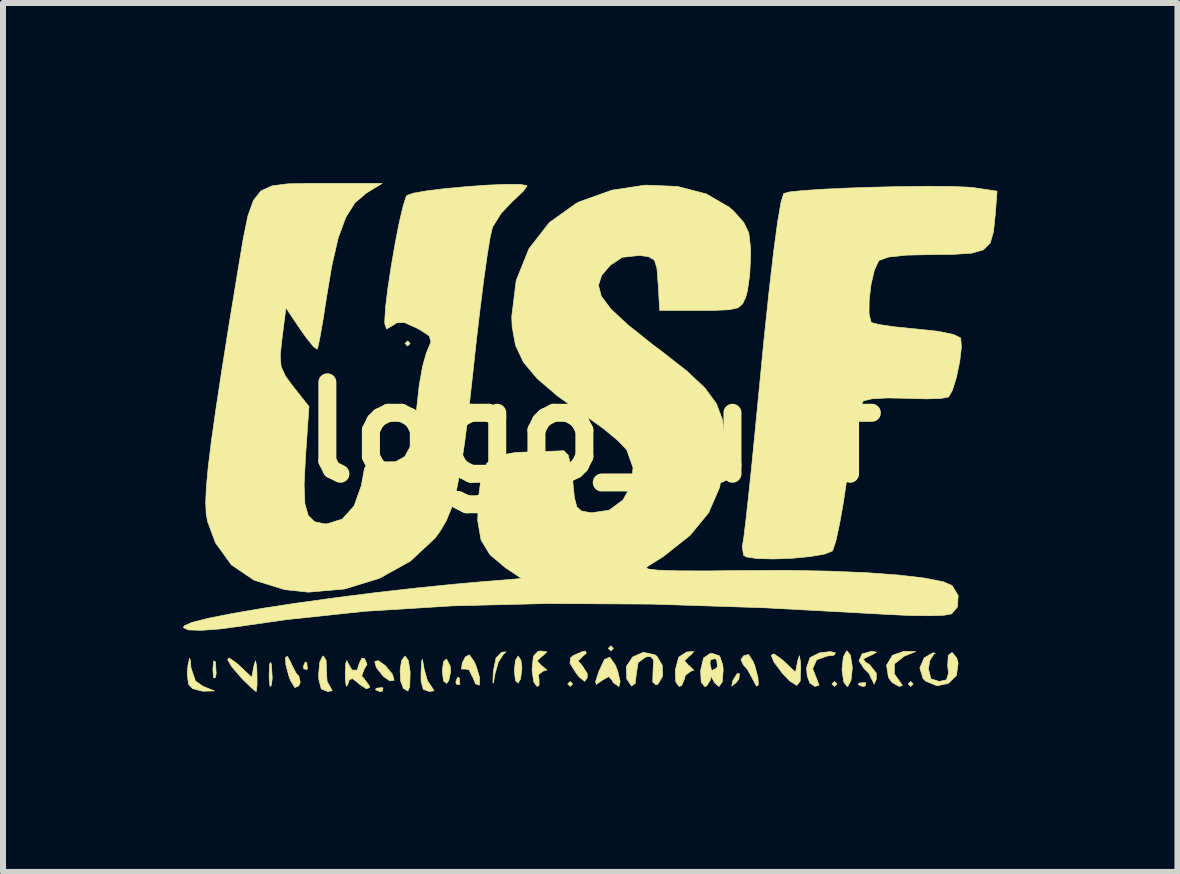
<source format=kicad_pcb>
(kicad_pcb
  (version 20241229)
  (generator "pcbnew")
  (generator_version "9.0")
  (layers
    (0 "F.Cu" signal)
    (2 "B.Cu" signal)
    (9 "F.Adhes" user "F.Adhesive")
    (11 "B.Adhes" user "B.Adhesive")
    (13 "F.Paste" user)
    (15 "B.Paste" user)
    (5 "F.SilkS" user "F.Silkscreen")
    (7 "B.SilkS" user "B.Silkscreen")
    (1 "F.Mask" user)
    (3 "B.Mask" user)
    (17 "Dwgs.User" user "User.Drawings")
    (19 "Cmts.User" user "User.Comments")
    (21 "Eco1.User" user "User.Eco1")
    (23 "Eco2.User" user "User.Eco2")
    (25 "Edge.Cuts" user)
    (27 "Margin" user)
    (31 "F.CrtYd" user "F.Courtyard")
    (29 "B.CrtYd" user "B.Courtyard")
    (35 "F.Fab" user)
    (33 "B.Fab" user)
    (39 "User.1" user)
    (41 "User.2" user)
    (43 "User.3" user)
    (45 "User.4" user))
  (footprint "logo_usf"
    (layer "F.Cu")
    (at 6.831 4.154)
    (property "Reference" "logo_usf" (at 0 0 0) (layer "F.SilkS") (effects (font (size 1.524 1.524) (thickness 0.3))))
    (attr through_hole)
    (fp_poly (pts (xy -3.048 -1.482) (xy -3.09 -1.439) (xy -3.133 -1.482) (xy -3.09 -1.524) (xy -3.048 -1.482)) (stroke (width 0.01) (type solid)) (fill yes) (layer "F.SilkS"))
    (fp_poly (pts (xy -0.339 4.191) (xy -0.381 4.233) (xy -0.423 4.191) (xy -0.381 4.149) (xy -0.339 4.191)) (stroke (width 0.01) (type solid)) (fill yes) (layer "F.SilkS"))
    (fp_poly (pts (xy 0.339 3.598) (xy 0.296 3.641) (xy 0.254 3.598) (xy 0.296 3.556) (xy 0.339 3.598)) (stroke (width 0.01) (type solid)) (fill yes) (layer "F.SilkS"))
    (fp_poly (pts (xy 4.064 4.191) (xy 4.022 4.233) (xy 3.979 4.191) (xy 4.022 4.149) (xy 4.064 4.191)) (stroke (width 0.01) (type solid)) (fill yes) (layer "F.SilkS"))
    (fp_poly (pts (xy 5.334 4.191) (xy 5.292 4.233) (xy 5.249 4.191) (xy 5.292 4.149) (xy 5.334 4.191)) (stroke (width 0.01) (type solid)) (fill yes) (layer "F.SilkS"))
    (fp_poly (pts (xy -4.77 3.838) (xy -4.759 3.939) (xy -4.77 3.951) (xy -4.82 3.939) (xy -4.826 3.895) (xy -4.795 3.825) (xy -4.77 3.838)) (stroke (width 0.01) (type solid)) (fill yes) (layer "F.SilkS"))
    (fp_poly (pts (xy -3.5 4.262) (xy -3.511 4.312) (xy -3.556 4.318) (xy -3.626 4.287) (xy -3.612 4.262) (xy -3.512 4.251) (xy -3.5 4.262)) (stroke (width 0.01) (type solid)) (fill yes) (layer "F.SilkS"))
    (fp_poly (pts (xy -2.23 4.092) (xy -2.219 4.193) (xy -2.23 4.205) (xy -2.28 4.193) (xy -2.286 4.149) (xy -2.255 4.079) (xy -2.23 4.092)) (stroke (width 0.01) (type solid)) (fill yes) (layer "F.SilkS"))
    (fp_poly (pts (xy 4.544 4.177) (xy 4.532 4.227) (xy 4.487 4.233) (xy 4.418 4.202) (xy 4.431 4.177) (xy 4.531 4.167) (xy 4.544 4.177)) (stroke (width 0.01) (type solid)) (fill yes) (layer "F.SilkS"))
    (fp_poly (pts (xy 2.429 4.109) (xy 2.381 4.171) (xy 2.31 4.225) (xy 2.328 4.14) (xy 2.334 4.124) (xy 2.401 4.02) (xy 2.439 4.019) (xy 2.429 4.109)) (stroke (width 0.01) (type solid)) (fill yes) (layer "F.SilkS"))
    (fp_poly (pts (xy -6.296 3.818) (xy -6.291 3.833) (xy -6.279 4.017) (xy -6.294 4.087) (xy -6.322 4.09) (xy -6.334 3.957) (xy -6.333 3.937) (xy -6.321 3.806) (xy -6.296 3.818)) (stroke (width 0.01) (type solid)) (fill yes) (layer "F.SilkS"))
    (fp_poly (pts (xy -5.359 3.874) (xy -5.345 4.095) (xy -5.36 4.213) (xy -5.383 4.233) (xy -5.396 4.111) (xy -5.397 4.022) (xy -5.389 3.858) (xy -5.37 3.833) (xy -5.359 3.874)) (stroke (width 0.01) (type solid)) (fill yes) (layer "F.SilkS"))
    (fp_poly (pts (xy -3.462 3.885) (xy -3.343 4.029) (xy -3.314 4.13) (xy -3.387 4.14) (xy -3.493 4.066) (xy -3.611 3.917) (xy -3.638 3.817) (xy -3.578 3.803) (xy -3.462 3.885)) (stroke (width 0.01) (type solid)) (fill yes) (layer "F.SilkS"))
    (fp_poly (pts (xy -1.201 3.798) (xy -1.185 3.932) (xy -1.208 4.106) (xy -1.249 4.178) (xy -1.293 4.134) (xy -1.312 3.975) (xy -1.312 3.971) (xy -1.293 3.796) (xy -1.249 3.725) (xy -1.201 3.798)) (stroke (width 0.01) (type solid)) (fill yes) (layer "F.SilkS"))
    (fp_poly (pts (xy -2.441 3.776) (xy -2.382 3.888) (xy -2.371 3.979) (xy -2.404 4.135) (xy -2.441 4.182) (xy -2.491 4.142) (xy -2.512 3.984) (xy -2.512 3.979) (xy -2.491 3.819) (xy -2.443 3.776) (xy -2.441 3.776)) (stroke (width 0.01) (type solid)) (fill yes) (layer "F.SilkS"))
    (fp_poly (pts (xy -1.495 3.698) (xy -1.578 3.827) (xy -1.634 4.022) (xy -1.66 4.174) (xy -1.669 4.168) (xy -1.663 3.999) (xy -1.663 3.986) (xy -1.618 3.76) (xy -1.524 3.662) (xy -1.452 3.657) (xy -1.495 3.698)) (stroke (width 0.01) (type solid)) (fill yes) (layer "F.SilkS"))
    (fp_poly (pts (xy -6.708 3.798) (xy -6.7 3.919) (xy -6.625 4.141) (xy -6.498 4.231) (xy -6.308 4.307) (xy -6.501 4.313) (xy -6.671 4.27) (xy -6.74 4.197) (xy -6.762 4.02) (xy -6.749 3.88) (xy -6.722 3.761) (xy -6.708 3.798)) (stroke (width 0.01) (type solid)) (fill yes) (layer "F.SilkS"))
    (fp_poly (pts (xy -2.821 3.903) (xy -2.816 3.937) (xy -2.759 4.138) (xy -2.681 4.253) (xy -2.651 4.305) (xy -2.731 4.317) (xy -2.829 4.281) (xy -2.866 4.145) (xy -2.866 4) (xy -2.856 3.81) (xy -2.843 3.781) (xy -2.821 3.903)) (stroke (width 0.01) (type solid)) (fill yes) (layer "F.SilkS"))
    (fp_poly (pts (xy -5.03 3.846) (xy -5.025 3.861) (xy -4.946 4.015) (xy -4.9 4.066) (xy -4.879 4.164) (xy -4.904 4.223) (xy -4.969 4.252) (xy -5.043 4.128) (xy -5.069 4.058) (xy -5.119 3.87) (xy -5.124 3.75) (xy -5.092 3.731) (xy -5.03 3.846)) (stroke (width 0.01) (type solid)) (fill yes) (layer "F.SilkS"))
    (fp_poly (pts (xy -4.447 3.797) (xy -4.443 3.958) (xy -4.431 4.15) (xy -4.372 4.253) (xy -4.346 4.305) (xy -4.424 4.317) (xy -4.528 4.274) (xy -4.569 4.119) (xy -4.572 4.022) (xy -4.553 3.826) (xy -4.505 3.728) (xy -4.495 3.725) (xy -4.447 3.797)) (stroke (width 0.01) (type solid)) (fill yes) (layer "F.SilkS"))
    (fp_poly (pts (xy -3.077 3.8) (xy -3.049 3.983) (xy -3.048 4.022) (xy -3.055 4.236) (xy -3.085 4.31) (xy -3.151 4.271) (xy -3.161 4.262) (xy -3.207 4.14) (xy -3.215 3.96) (xy -3.189 3.797) (xy -3.133 3.725) (xy -3.133 3.725) (xy -3.077 3.8)) (stroke (width 0.01) (type solid)) (fill yes) (layer "F.SilkS"))
    (fp_poly (pts (xy 2.669 3.822) (xy 2.699 3.902) (xy 2.748 4.09) (xy 2.753 4.209) (xy 2.721 4.227) (xy 2.659 4.11) (xy 2.654 4.097) (xy 2.562 3.934) (xy 2.505 3.877) (xy 2.463 3.786) (xy 2.509 3.722) (xy 2.59 3.7) (xy 2.669 3.822)) (stroke (width 0.01) (type solid)) (fill yes) (layer "F.SilkS"))
    (fp_poly (pts (xy 4.289 3.715) (xy 4.317 3.898) (xy 4.318 3.937) (xy 4.297 4.133) (xy 4.244 4.231) (xy 4.233 4.233) (xy 4.177 4.159) (xy 4.149 3.976) (xy 4.149 3.937) (xy 4.17 3.741) (xy 4.222 3.643) (xy 4.233 3.641) (xy 4.289 3.715)) (stroke (width 0.01) (type solid)) (fill yes) (layer "F.SilkS"))
    (fp_poly (pts (xy -1.98 3.821) (xy -1.949 3.892) (xy -1.89 4.085) (xy -1.893 4.206) (xy -1.897 4.211) (xy -1.958 4.188) (xy -2.003 4.082) (xy -2.067 3.956) (xy -2.126 3.943) (xy -2.193 3.943) (xy -2.179 3.839) (xy -2.128 3.741) (xy -2.06 3.706) (xy -1.98 3.821)) (stroke (width 0.01) (type solid)) (fill yes) (layer "F.SilkS"))
    (fp_poly (pts (xy 5.19 3.646) (xy 5.376 3.651) (xy 5.186 3.728) (xy 5.022 3.855) (xy 5.018 4.022) (xy 5.097 4.132) (xy 5.154 4.216) (xy 5.1 4.233) (xy 4.983 4.167) (xy 4.921 4.083) (xy 4.889 3.878) (xy 4.989 3.713) (xy 5.183 3.646) (xy 5.19 3.646)) (stroke (width 0.01) (type solid)) (fill yes) (layer "F.SilkS"))
    (fp_poly (pts (xy -0.112 3.679) (xy -0.169 3.727) (xy -0.25 3.809) (xy -0.182 3.884) (xy -0.097 4.019) (xy -0.098 4.088) (xy -0.141 4.148) (xy -0.231 4.075) (xy -0.286 4.005) (xy -0.386 3.845) (xy -0.374 3.754) (xy -0.329 3.717) (xy -0.176 3.651) (xy -0.127 3.643) (xy -0.112 3.679)) (stroke (width 0.01) (type solid)) (fill yes) (layer "F.SilkS"))
    (fp_poly (pts (xy 3.15 3.787) (xy 3.168 3.803) (xy 3.373 3.996) (xy 3.411 3.797) (xy 3.437 3.72) (xy 3.454 3.812) (xy 3.46 3.916) (xy 3.451 4.144) (xy 3.394 4.217) (xy 3.271 4.138) (xy 3.154 4.013) (xy 3.014 3.827) (xy 2.968 3.712) (xy 3.014 3.69) (xy 3.15 3.787)) (stroke (width 0.01) (type solid)) (fill yes) (layer "F.SilkS"))
    (fp_poly (pts (xy 4.04 3.673) (xy 4.012 3.713) (xy 3.906 3.725) (xy 3.725 3.788) (xy 3.659 3.938) (xy 3.726 4.107) (xy 3.765 4.211) (xy 3.698 4.233) (xy 3.612 4.177) (xy 3.568 4.056) (xy 3.556 3.925) (xy 3.615 3.752) (xy 3.772 3.674) (xy 3.951 3.652) (xy 4.04 3.673)) (stroke (width 0.01) (type solid)) (fill yes) (layer "F.SilkS"))
    (fp_poly (pts (xy 0.37 3.876) (xy 0.411 3.979) (xy 0.451 4.152) (xy 0.431 4.233) (xy 0.426 4.233) (xy 0.335 4.167) (xy 0.317 4.128) (xy 0.26 4.067) (xy 0.142 4.137) (xy 0.142 4.137) (xy 0.053 4.199) (xy 0.042 4.153) (xy 0.094 3.989) (xy 0.19 3.783) (xy 0.279 3.745) (xy 0.37 3.876)) (stroke (width 0.01) (type solid)) (fill yes) (layer "F.SilkS"))
    (fp_poly (pts (xy 4.724 3.661) (xy 4.653 3.703) (xy 4.618 3.717) (xy 4.502 3.775) (xy 4.542 3.831) (xy 4.606 3.868) (xy 4.719 4.011) (xy 4.718 4.115) (xy 4.682 4.196) (xy 4.666 4.158) (xy 4.595 4.014) (xy 4.517 3.938) (xy 4.43 3.806) (xy 4.482 3.69) (xy 4.64 3.647) (xy 4.724 3.661)) (stroke (width 0.01) (type solid)) (fill yes) (layer "F.SilkS"))
    (fp_poly (pts (xy -5.942 3.842) (xy -5.891 3.888) (xy -5.687 4.08) (xy -5.649 3.882) (xy -5.623 3.805) (xy -5.605 3.897) (xy -5.6 4) (xy -5.598 4.205) (xy -5.61 4.313) (xy -5.614 4.318) (xy -5.684 4.263) (xy -5.824 4.127) (xy -5.868 4.081) (xy -6.023 3.899) (xy -6.089 3.785) (xy -6.062 3.758) (xy -5.942 3.842)) (stroke (width 0.01) (type solid)) (fill yes) (layer "F.SilkS"))
    (fp_poly (pts (xy -0.77 3.656) (xy -0.83 3.715) (xy -0.847 3.727) (xy -0.931 3.806) (xy -0.864 3.882) (xy -0.847 3.893) (xy -0.77 3.961) (xy -0.835 3.978) (xy -0.911 4.038) (xy -0.901 4.106) (xy -0.899 4.215) (xy -0.934 4.233) (xy -0.988 4.159) (xy -1.015 3.976) (xy -1.016 3.937) (xy -0.994 3.729) (xy -0.917 3.647) (xy -0.868 3.642) (xy -0.77 3.656)) (stroke (width 0.01) (type solid)) (fill yes) (layer "F.SilkS"))
    (fp_poly (pts (xy 1.635 3.702) (xy 1.609 3.721) (xy 1.524 3.805) (xy 1.589 3.88) (xy 1.609 3.893) (xy 1.678 3.963) (xy 1.63 3.978) (xy 1.536 4.048) (xy 1.524 4.106) (xy 1.475 4.219) (xy 1.434 4.233) (xy 1.379 4.16) (xy 1.369 3.977) (xy 1.37 3.959) (xy 1.427 3.745) (xy 1.557 3.66) (xy 1.566 3.658) (xy 1.677 3.651) (xy 1.635 3.702)) (stroke (width 0.01) (type solid)) (fill yes) (layer "F.SilkS"))
    (fp_poly (pts (xy 1.03 3.706) (xy 1.066 3.732) (xy 1.153 3.882) (xy 1.158 4.062) (xy 1.082 4.193) (xy 1.051 4.208) (xy 0.994 4.16) (xy 0.999 3.973) (xy 1.01 3.793) (xy 0.956 3.734) (xy 0.879 3.741) (xy 0.751 3.834) (xy 0.723 4.003) (xy 0.701 4.185) (xy 0.641 4.226) (xy 0.564 4.112) (xy 0.562 4.106) (xy 0.554 3.9) (xy 0.662 3.74) (xy 0.837 3.663) (xy 1.03 3.706)) (stroke (width 0.01) (type solid)) (fill yes) (layer "F.SilkS"))
    (fp_poly (pts (xy 6.058 3.756) (xy 6.082 3.842) (xy 6.055 4.048) (xy 5.919 4.182) (xy 5.73 4.222) (xy 5.541 4.144) (xy 5.497 4.099) (xy 5.444 3.926) (xy 5.516 3.757) (xy 5.66 3.673) (xy 5.703 3.679) (xy 5.675 3.696) (xy 5.608 3.805) (xy 5.588 3.944) (xy 5.629 4.105) (xy 5.767 4.149) (xy 5.889 4.122) (xy 5.921 4.01) (xy 5.908 3.892) (xy 5.917 3.715) (xy 5.982 3.665) (xy 6.058 3.756)) (stroke (width 0.01) (type solid)) (fill yes) (layer "F.SilkS"))
    (fp_poly (pts (xy -3.806 3.77) (xy -3.765 3.864) (xy -3.81 3.937) (xy -3.856 4.058) (xy -3.814 4.104) (xy -3.729 4.221) (xy -3.725 4.251) (xy -3.776 4.273) (xy -3.887 4.198) (xy -4.009 4.1) (xy -4.063 4.123) (xy -4.089 4.206) (xy -4.113 4.23) (xy -4.127 4.112) (xy -4.129 4.022) (xy -4.121 3.848) (xy -4.101 3.803) (xy -4.09 3.831) (xy -4.016 3.959) (xy -3.931 3.961) (xy -3.895 3.847) (xy -3.852 3.761) (xy -3.806 3.77)) (stroke (width 0.01) (type solid)) (fill yes) (layer "F.SilkS"))
    (fp_poly (pts (xy 2.109 3.725) (xy 2.161 3.877) (xy 2.168 3.958) (xy 2.153 4.156) (xy 2.098 4.235) (xy 2.024 4.172) (xy 2.003 4.128) (xy 1.965 4.065) (xy 1.954 4.128) (xy 1.891 4.226) (xy 1.857 4.233) (xy 1.802 4.16) (xy 1.792 3.977) (xy 1.794 3.958) (xy 1.82 3.847) (xy 1.947 3.847) (xy 1.975 3.97) (xy 2.049 3.933) (xy 2.071 3.901) (xy 2.06 3.792) (xy 2.033 3.769) (xy 1.96 3.787) (xy 1.947 3.847) (xy 1.82 3.847) (xy 1.841 3.758) (xy 1.947 3.686) (xy 1.987 3.683) (xy 2.109 3.725)) (stroke (width 0.01) (type solid)) (fill yes) (layer "F.SilkS"))
    (fp_poly (pts (xy 5.951 -4.098) (xy 6.233 -4.087) (xy 6.35 -4.076) (xy 6.731 -4.019) (xy 6.702 -3.64) (xy 6.672 -3.349) (xy 6.617 -3.156) (xy 6.504 -3.042) (xy 6.305 -2.985) (xy 5.989 -2.965) (xy 5.68 -2.963) (xy 5.222 -2.953) (xy 4.922 -2.921) (xy 4.77 -2.867) (xy 4.757 -2.855) (xy 4.686 -2.701) (xy 4.631 -2.463) (xy 4.6 -2.201) (xy 4.598 -1.973) (xy 4.632 -1.839) (xy 4.643 -1.829) (xy 4.765 -1.797) (xy 5.009 -1.761) (xy 5.328 -1.728) (xy 5.41 -1.721) (xy 5.758 -1.683) (xy 6.007 -1.631) (xy 6.123 -1.574) (xy 6.126 -1.569) (xy 6.136 -1.415) (xy 6.108 -1.177) (xy 6.054 -0.918) (xy 5.987 -0.701) (xy 5.921 -0.589) (xy 5.797 -0.566) (xy 5.555 -0.558) (xy 5.246 -0.567) (xy 5.223 -0.568) (xy 4.907 -0.574) (xy 4.65 -0.56) (xy 4.507 -0.527) (xy 4.503 -0.525) (xy 4.445 -0.408) (xy 4.377 -0.143) (xy 4.305 0.251) (xy 4.237 0.715) (xy 4.174 1.146) (xy 4.108 1.519) (xy 4.047 1.801) (xy 3.996 1.959) (xy 3.985 1.976) (xy 3.856 2.028) (xy 3.617 2.069) (xy 3.317 2.097) (xy 3.007 2.109) (xy 2.736 2.102) (xy 2.553 2.075) (xy 2.508 2.048) (xy 2.484 1.897) (xy 2.495 1.849) (xy 2.513 1.738) (xy 2.544 1.48) (xy 2.586 1.101) (xy 2.636 0.622) (xy 2.691 0.068) (xy 2.75 -0.54) (xy 2.751 -0.55) (xy 2.847 -1.543) (xy 2.934 -2.368) (xy 3.01 -3.023) (xy 3.075 -3.51) (xy 3.13 -3.829) (xy 3.175 -3.979) (xy 3.176 -3.98) (xy 3.271 -4.006) (xy 3.503 -4.03) (xy 3.839 -4.052) (xy 4.247 -4.071) (xy 4.695 -4.086) (xy 5.15 -4.096) (xy 5.58 -4.101) (xy 5.951 -4.098)) (stroke (width 0.01) (type solid)) (fill yes) (layer "F.SilkS"))
    (fp_poly (pts (xy -4.507 -4.148) (xy -3.514 -4.148) (xy -3.779 -3.986) (xy -3.967 -3.826) (xy -4.12 -3.583) (xy -4.247 -3.236) (xy -4.356 -2.761) (xy -4.44 -2.256) (xy -4.495 -1.9) (xy -4.545 -1.612) (xy -4.582 -1.43) (xy -4.597 -1.386) (xy -4.659 -1.43) (xy -4.78 -1.579) (xy -4.874 -1.713) (xy -5.117 -2.074) (xy -5.181 -1.576) (xy -5.212 -1.288) (xy -5.198 -1.098) (xy -5.125 -0.937) (xy -4.99 -0.755) (xy -4.733 -0.431) (xy -4.792 0.418) (xy -4.814 0.875) (xy -4.801 1.189) (xy -4.745 1.386) (xy -4.639 1.489) (xy -4.474 1.523) (xy -4.435 1.524) (xy -4.179 1.445) (xy -3.982 1.225) (xy -3.861 0.887) (xy -3.851 0.828) (xy -3.809 0.6) (xy -3.747 0.499) (xy -3.623 0.481) (xy -3.52 0.491) (xy -3.295 0.489) (xy -3.139 0.405) (xy -3.035 0.217) (xy -2.969 -0.1) (xy -2.936 -0.425) (xy -2.897 -0.783) (xy -2.84 -1.102) (xy -2.778 -1.324) (xy -2.766 -1.351) (xy -2.701 -1.509) (xy -2.729 -1.607) (xy -2.878 -1.706) (xy -2.932 -1.735) (xy -3.138 -1.828) (xy -3.27 -1.826) (xy -3.342 -1.78) (xy -3.44 -1.723) (xy -3.47 -1.808) (xy -3.471 -1.858) (xy -3.457 -2.086) (xy -3.418 -2.406) (xy -3.362 -2.774) (xy -3.297 -3.152) (xy -3.229 -3.498) (xy -3.165 -3.77) (xy -3.114 -3.929) (xy -3.101 -3.948) (xy -2.992 -3.986) (xy -2.763 -4.026) (xy -2.455 -4.063) (xy -2.106 -4.095) (xy -1.757 -4.12) (xy -1.448 -4.133) (xy -1.217 -4.132) (xy -1.105 -4.113) (xy -1.101 -4.105) (xy -1.159 -4.022) (xy -1.304 -3.883) (xy -1.344 -3.849) (xy -1.536 -3.644) (xy -1.673 -3.424) (xy -1.678 -3.41) (xy -1.713 -3.261) (xy -1.761 -2.97) (xy -1.818 -2.565) (xy -1.881 -2.071) (xy -1.946 -1.517) (xy -1.983 -1.172) (xy -2.064 -0.437) (xy -2.137 0.15) (xy -2.207 0.612) (xy -2.277 0.971) (xy -2.354 1.248) (xy -2.442 1.465) (xy -2.546 1.643) (xy -2.633 1.762) (xy -3.044 2.145) (xy -3.561 2.432) (xy -4.141 2.609) (xy -4.743 2.662) (xy -5.137 2.62) (xy -5.647 2.463) (xy -6.026 2.207) (xy -6.291 1.839) (xy -6.422 1.488) (xy -6.446 1.353) (xy -6.454 1.167) (xy -6.443 0.916) (xy -6.413 0.584) (xy -6.361 0.157) (xy -6.285 -0.379) (xy -6.185 -1.039) (xy -6.058 -1.838) (xy -5.915 -2.709) (xy -5.828 -3.23) (xy -5.751 -3.607) (xy -5.66 -3.863) (xy -5.534 -4.023) (xy -5.349 -4.108) (xy -5.083 -4.142) (xy -4.714 -4.149) (xy -4.507 -4.148)) (stroke (width 0.01) (type solid)) (fill yes) (layer "F.SilkS"))
    (fp_poly (pts (xy 1.406 -4.098) (xy 1.887 -3.973) (xy 2.274 -3.748) (xy 2.347 -3.682) (xy 2.512 -3.496) (xy 2.595 -3.32) (xy 2.623 -3.082) (xy 2.625 -2.935) (xy 2.61 -2.628) (xy 2.572 -2.357) (xy 2.542 -2.249) (xy 2.491 -2.141) (xy 2.414 -2.076) (xy 2.272 -2.044) (xy 2.026 -2.033) (xy 1.785 -2.032) (xy 1.11 -2.032) (xy 1.084 -2.477) (xy 1.064 -2.736) (xy 1.021 -2.871) (xy 0.927 -2.927) (xy 0.774 -2.948) (xy 0.486 -2.917) (xy 0.287 -2.785) (xy 0.143 -2.617) (xy 0.09 -2.451) (xy 0.137 -2.269) (xy 0.297 -2.056) (xy 0.577 -1.794) (xy 0.989 -1.466) (xy 1.14 -1.353) (xy 1.565 -1.02) (xy 1.863 -0.74) (xy 2.055 -0.479) (xy 2.158 -0.205) (xy 2.194 0.115) (xy 2.187 0.422) (xy 2.109 0.916) (xy 1.925 1.338) (xy 1.617 1.715) (xy 1.166 2.071) (xy 0.891 2.244) (xy 0.907 2.274) (xy 1.077 2.295) (xy 1.404 2.306) (xy 1.894 2.308) (xy 2.47 2.302) (xy 3.219 2.298) (xy 3.92 2.311) (xy 4.553 2.337) (xy 5.097 2.377) (xy 5.531 2.428) (xy 5.836 2.489) (xy 5.983 2.552) (xy 6.083 2.719) (xy 6.071 2.908) (xy 5.973 3.024) (xy 5.842 3.047) (xy 5.582 3.055) (xy 5.233 3.049) (xy 4.893 3.032) (xy 2.86 2.922) (xy 0.982 2.861) (xy -0.749 2.851) (xy -2.338 2.89) (xy -3.793 2.98) (xy -5.122 3.121) (xy -5.8 3.219) (xy -6.206 3.274) (xy -6.528 3.298) (xy -6.743 3.291) (xy -6.826 3.253) (xy -6.811 3.222) (xy -6.682 3.165) (xy -6.407 3.096) (xy -6.008 3.017) (xy -5.508 2.931) (xy -4.93 2.843) (xy -4.296 2.755) (xy -3.629 2.67) (xy -2.951 2.593) (xy -2.285 2.526) (xy -1.887 2.491) (xy -1.192 2.434) (xy -1.463 2.252) (xy -1.718 2.038) (xy -1.866 1.794) (xy -1.922 1.474) (xy -1.911 1.101) (xy -1.863 0.739) (xy -1.768 0.512) (xy -1.592 0.389) (xy -1.302 0.336) (xy -1.084 0.326) (xy -0.798 0.318) (xy -0.575 0.309) (xy -0.487 0.305) (xy -0.413 0.381) (xy -0.358 0.621) (xy -0.339 0.804) (xy -0.311 1.086) (xy -0.271 1.24) (xy -0.195 1.309) (xy -0.057 1.335) (xy -0.023 1.339) (xy 0.27 1.295) (xy 0.497 1.128) (xy 0.636 0.879) (xy 0.666 0.59) (xy 0.564 0.3) (xy 0.545 0.273) (xy 0.41 0.133) (xy 0.18 -0.057) (xy -0.097 -0.257) (xy -0.111 -0.266) (xy -0.588 -0.603) (xy -0.931 -0.896) (xy -1.16 -1.169) (xy -1.292 -1.449) (xy -1.349 -1.763) (xy -1.355 -1.932) (xy -1.281 -2.531) (xy -1.068 -3.06) (xy -0.729 -3.496) (xy -0.276 -3.819) (xy -0.224 -3.844) (xy 0.314 -4.036) (xy 0.87 -4.12) (xy 1.406 -4.098)) (stroke (width 0.01) (type solid)) (fill yes) (layer "F.SilkS")))
  (gr_rect
    (start -3 -3)
    (end 16.567 11.477)
    (stroke (width 0.1) (type default))
    (fill no)
    (layer "Edge.Cuts")))
</source>
